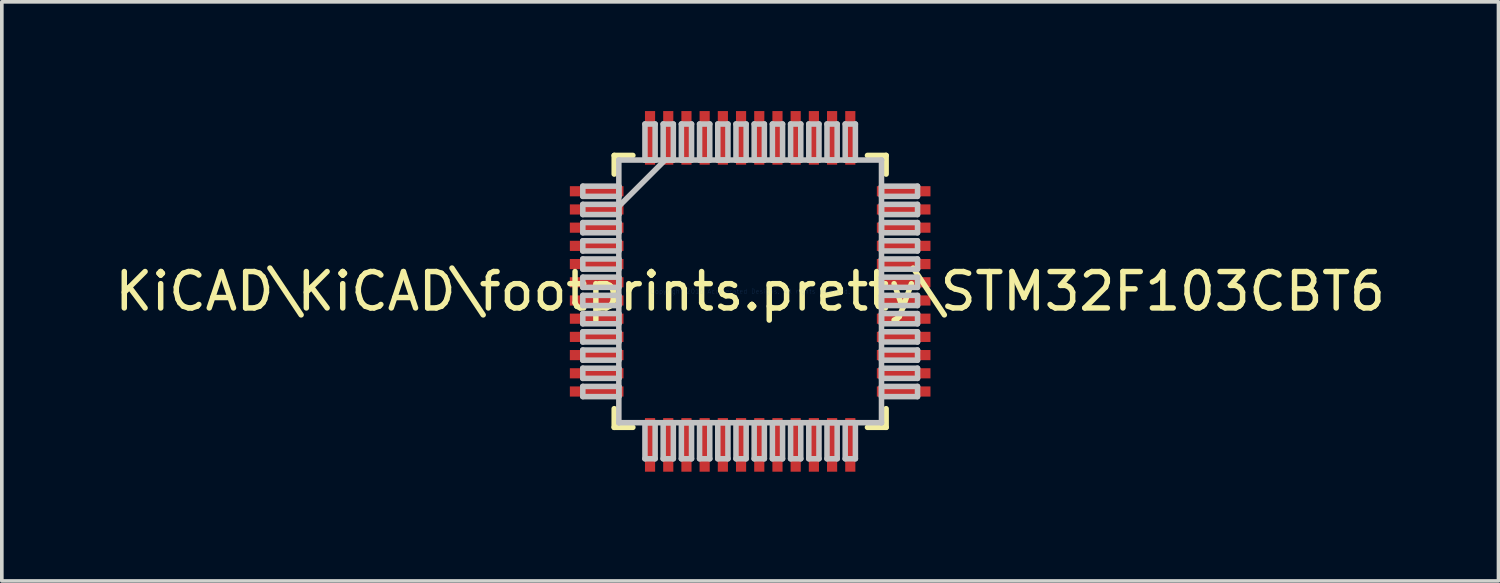
<source format=kicad_pcb>
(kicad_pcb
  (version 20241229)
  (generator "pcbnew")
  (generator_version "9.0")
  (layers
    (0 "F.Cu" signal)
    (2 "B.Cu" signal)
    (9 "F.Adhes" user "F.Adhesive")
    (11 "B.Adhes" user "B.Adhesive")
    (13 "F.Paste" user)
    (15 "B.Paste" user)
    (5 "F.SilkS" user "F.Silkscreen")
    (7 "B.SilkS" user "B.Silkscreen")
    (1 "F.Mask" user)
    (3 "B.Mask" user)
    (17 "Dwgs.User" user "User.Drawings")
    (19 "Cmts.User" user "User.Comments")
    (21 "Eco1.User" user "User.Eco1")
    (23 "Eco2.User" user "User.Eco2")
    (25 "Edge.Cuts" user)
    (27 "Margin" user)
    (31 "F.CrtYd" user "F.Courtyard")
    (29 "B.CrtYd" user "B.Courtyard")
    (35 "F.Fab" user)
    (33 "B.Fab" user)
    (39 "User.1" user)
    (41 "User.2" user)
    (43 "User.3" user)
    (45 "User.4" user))
  (footprint "KiCAD\\KiCAD\\footprints.pretty\\STM32F103CBT6"
    (layer "F.Cu")
    (at 17.554 4.953)
    (property "Reference" "KiCAD\\KiCAD\\footprints.pretty\\STM32F103CBT6" (at 0 0 0) (layer "F.SilkS") (effects (font (size 1 1) (thickness 0.15))))
    (attr through_hole)
    (fp_line (start -3.734 -3.734) (end -3.734 -3.222) (stroke (width 0.152) (type solid)) (layer "F.SilkS"))
    (fp_line (start -3.734 3.222) (end -3.734 3.734) (stroke (width 0.152) (type solid)) (layer "F.SilkS"))
    (fp_line (start -3.734 3.734) (end -3.222 3.734) (stroke (width 0.152) (type solid)) (layer "F.SilkS"))
    (fp_line (start -3.222 -3.734) (end -3.734 -3.734) (stroke (width 0.152) (type solid)) (layer "F.SilkS"))
    (fp_line (start 3.222 3.734) (end 3.734 3.734) (stroke (width 0.152) (type solid)) (layer "F.SilkS"))
    (fp_line (start 3.734 -3.734) (end 3.222 -3.734) (stroke (width 0.152) (type solid)) (layer "F.SilkS"))
    (fp_line (start 3.734 -3.222) (end 3.734 -3.734) (stroke (width 0.152) (type solid)) (layer "F.SilkS"))
    (fp_line (start 3.734 3.734) (end 3.734 3.222) (stroke (width 0.152) (type solid)) (layer "F.SilkS"))
    (fp_line (start -4.597 -2.89) (end -4.597 -2.61) (stroke (width 0.152) (type solid)) (layer "Dwgs.User"))
    (fp_line (start -4.597 -2.61) (end -3.607 -2.61) (stroke (width 0.152) (type solid)) (layer "Dwgs.User"))
    (fp_line (start -4.597 -2.39) (end -4.597 -2.11) (stroke (width 0.152) (type solid)) (layer "Dwgs.User"))
    (fp_line (start -4.597 -2.11) (end -3.607 -2.11) (stroke (width 0.152) (type solid)) (layer "Dwgs.User"))
    (fp_line (start -4.597 -1.89) (end -4.597 -1.61) (stroke (width 0.152) (type solid)) (layer "Dwgs.User"))
    (fp_line (start -4.597 -1.61) (end -3.607 -1.61) (stroke (width 0.152) (type solid)) (layer "Dwgs.User"))
    (fp_line (start -4.597 -1.39) (end -4.597 -1.11) (stroke (width 0.152) (type solid)) (layer "Dwgs.User"))
    (fp_line (start -4.597 -1.11) (end -3.607 -1.11) (stroke (width 0.152) (type solid)) (layer "Dwgs.User"))
    (fp_line (start -4.597 -0.89) (end -4.597 -0.61) (stroke (width 0.152) (type solid)) (layer "Dwgs.User"))
    (fp_line (start -4.597 -0.61) (end -3.607 -0.61) (stroke (width 0.152) (type solid)) (layer "Dwgs.User"))
    (fp_line (start -4.597 -0.39) (end -4.597 -0.11) (stroke (width 0.152) (type solid)) (layer "Dwgs.User"))
    (fp_line (start -4.597 -0.11) (end -3.607 -0.11) (stroke (width 0.152) (type solid)) (layer "Dwgs.User"))
    (fp_line (start -4.597 0.11) (end -4.597 0.39) (stroke (width 0.152) (type solid)) (layer "Dwgs.User"))
    (fp_line (start -4.597 0.39) (end -3.607 0.39) (stroke (width 0.152) (type solid)) (layer "Dwgs.User"))
    (fp_line (start -4.597 0.61) (end -4.597 0.89) (stroke (width 0.152) (type solid)) (layer "Dwgs.User"))
    (fp_line (start -4.597 0.89) (end -3.607 0.89) (stroke (width 0.152) (type solid)) (layer "Dwgs.User"))
    (fp_line (start -4.597 1.11) (end -4.597 1.39) (stroke (width 0.152) (type solid)) (layer "Dwgs.User"))
    (fp_line (start -4.597 1.39) (end -3.607 1.39) (stroke (width 0.152) (type solid)) (layer "Dwgs.User"))
    (fp_line (start -4.597 1.61) (end -4.597 1.89) (stroke (width 0.152) (type solid)) (layer "Dwgs.User"))
    (fp_line (start -4.597 1.89) (end -3.607 1.89) (stroke (width 0.152) (type solid)) (layer "Dwgs.User"))
    (fp_line (start -4.597 2.11) (end -4.597 2.39) (stroke (width 0.152) (type solid)) (layer "Dwgs.User"))
    (fp_line (start -4.597 2.39) (end -3.607 2.39) (stroke (width 0.152) (type solid)) (layer "Dwgs.User"))
    (fp_line (start -4.597 2.61) (end -4.597 2.89) (stroke (width 0.152) (type solid)) (layer "Dwgs.User"))
    (fp_line (start -4.597 2.89) (end -3.607 2.89) (stroke (width 0.152) (type solid)) (layer "Dwgs.User"))
    (fp_line (start -3.607 -3.607) (end -3.607 -3.607) (stroke (width 0.152) (type solid)) (layer "Dwgs.User"))
    (fp_line (start -3.607 -3.607) (end -3.607 3.607) (stroke (width 0.152) (type solid)) (layer "Dwgs.User"))
    (fp_line (start -3.607 -2.89) (end -4.597 -2.89) (stroke (width 0.152) (type solid)) (layer "Dwgs.User"))
    (fp_line (start -3.607 -2.61) (end -3.607 -2.89) (stroke (width 0.152) (type solid)) (layer "Dwgs.User"))
    (fp_line (start -3.607 -2.39) (end -4.597 -2.39) (stroke (width 0.152) (type solid)) (layer "Dwgs.User"))
    (fp_line (start -3.607 -2.337) (end -2.337 -3.607) (stroke (width 0.152) (type solid)) (layer "Dwgs.User"))
    (fp_line (start -3.607 -2.11) (end -3.607 -2.39) (stroke (width 0.152) (type solid)) (layer "Dwgs.User"))
    (fp_line (start -3.607 -1.89) (end -4.597 -1.89) (stroke (width 0.152) (type solid)) (layer "Dwgs.User"))
    (fp_line (start -3.607 -1.61) (end -3.607 -1.89) (stroke (width 0.152) (type solid)) (layer "Dwgs.User"))
    (fp_line (start -3.607 -1.39) (end -4.597 -1.39) (stroke (width 0.152) (type solid)) (layer "Dwgs.User"))
    (fp_line (start -3.607 -1.11) (end -3.607 -1.39) (stroke (width 0.152) (type solid)) (layer "Dwgs.User"))
    (fp_line (start -3.607 -0.89) (end -4.597 -0.89) (stroke (width 0.152) (type solid)) (layer "Dwgs.User"))
    (fp_line (start -3.607 -0.61) (end -3.607 -0.89) (stroke (width 0.152) (type solid)) (layer "Dwgs.User"))
    (fp_line (start -3.607 -0.39) (end -4.597 -0.39) (stroke (width 0.152) (type solid)) (layer "Dwgs.User"))
    (fp_line (start -3.607 -0.11) (end -3.607 -0.39) (stroke (width 0.152) (type solid)) (layer "Dwgs.User"))
    (fp_line (start -3.607 0.11) (end -4.597 0.11) (stroke (width 0.152) (type solid)) (layer "Dwgs.User"))
    (fp_line (start -3.607 0.39) (end -3.607 0.11) (stroke (width 0.152) (type solid)) (layer "Dwgs.User"))
    (fp_line (start -3.607 0.61) (end -4.597 0.61) (stroke (width 0.152) (type solid)) (layer "Dwgs.User"))
    (fp_line (start -3.607 0.89) (end -3.607 0.61) (stroke (width 0.152) (type solid)) (layer "Dwgs.User"))
    (fp_line (start -3.607 1.11) (end -4.597 1.11) (stroke (width 0.152) (type solid)) (layer "Dwgs.User"))
    (fp_line (start -3.607 1.39) (end -3.607 1.11) (stroke (width 0.152) (type solid)) (layer "Dwgs.User"))
    (fp_line (start -3.607 1.61) (end -4.597 1.61) (stroke (width 0.152) (type solid)) (layer "Dwgs.User"))
    (fp_line (start -3.607 1.89) (end -3.607 1.61) (stroke (width 0.152) (type solid)) (layer "Dwgs.User"))
    (fp_line (start -3.607 2.11) (end -4.597 2.11) (stroke (width 0.152) (type solid)) (layer "Dwgs.User"))
    (fp_line (start -3.607 2.39) (end -3.607 2.11) (stroke (width 0.152) (type solid)) (layer "Dwgs.User"))
    (fp_line (start -3.607 2.61) (end -4.597 2.61) (stroke (width 0.152) (type solid)) (layer "Dwgs.User"))
    (fp_line (start -3.607 2.89) (end -3.607 2.61) (stroke (width 0.152) (type solid)) (layer "Dwgs.User"))
    (fp_line (start -3.607 3.607) (end -3.607 3.607) (stroke (width 0.152) (type solid)) (layer "Dwgs.User"))
    (fp_line (start -3.607 3.607) (end 3.607 3.607) (stroke (width 0.152) (type solid)) (layer "Dwgs.User"))
    (fp_line (start -2.89 -4.597) (end -2.89 -3.607) (stroke (width 0.152) (type solid)) (layer "Dwgs.User"))
    (fp_line (start -2.89 -3.607) (end -2.61 -3.607) (stroke (width 0.152) (type solid)) (layer "Dwgs.User"))
    (fp_line (start -2.89 3.607) (end -2.89 4.597) (stroke (width 0.152) (type solid)) (layer "Dwgs.User"))
    (fp_line (start -2.89 4.597) (end -2.61 4.597) (stroke (width 0.152) (type solid)) (layer "Dwgs.User"))
    (fp_line (start -2.61 -4.597) (end -2.89 -4.597) (stroke (width 0.152) (type solid)) (layer "Dwgs.User"))
    (fp_line (start -2.61 -3.607) (end -2.61 -4.597) (stroke (width 0.152) (type solid)) (layer "Dwgs.User"))
    (fp_line (start -2.61 3.607) (end -2.89 3.607) (stroke (width 0.152) (type solid)) (layer "Dwgs.User"))
    (fp_line (start -2.61 4.597) (end -2.61 3.607) (stroke (width 0.152) (type solid)) (layer "Dwgs.User"))
    (fp_line (start -2.39 -4.597) (end -2.39 -3.607) (stroke (width 0.152) (type solid)) (layer "Dwgs.User"))
    (fp_line (start -2.39 -3.607) (end -2.11 -3.607) (stroke (width 0.152) (type solid)) (layer "Dwgs.User"))
    (fp_line (start -2.39 3.607) (end -2.39 4.597) (stroke (width 0.152) (type solid)) (layer "Dwgs.User"))
    (fp_line (start -2.39 4.597) (end -2.11 4.597) (stroke (width 0.152) (type solid)) (layer "Dwgs.User"))
    (fp_line (start -2.11 -4.597) (end -2.39 -4.597) (stroke (width 0.152) (type solid)) (layer "Dwgs.User"))
    (fp_line (start -2.11 -3.607) (end -2.11 -4.597) (stroke (width 0.152) (type solid)) (layer "Dwgs.User"))
    (fp_line (start -2.11 3.607) (end -2.39 3.607) (stroke (width 0.152) (type solid)) (layer "Dwgs.User"))
    (fp_line (start -2.11 4.597) (end -2.11 3.607) (stroke (width 0.152) (type solid)) (layer "Dwgs.User"))
    (fp_line (start -1.89 -4.597) (end -1.89 -3.607) (stroke (width 0.152) (type solid)) (layer "Dwgs.User"))
    (fp_line (start -1.89 -3.607) (end -1.61 -3.607) (stroke (width 0.152) (type solid)) (layer "Dwgs.User"))
    (fp_line (start -1.89 3.607) (end -1.89 4.597) (stroke (width 0.152) (type solid)) (layer "Dwgs.User"))
    (fp_line (start -1.89 4.597) (end -1.61 4.597) (stroke (width 0.152) (type solid)) (layer "Dwgs.User"))
    (fp_line (start -1.61 -4.597) (end -1.89 -4.597) (stroke (width 0.152) (type solid)) (layer "Dwgs.User"))
    (fp_line (start -1.61 -3.607) (end -1.61 -4.597) (stroke (width 0.152) (type solid)) (layer "Dwgs.User"))
    (fp_line (start -1.61 3.607) (end -1.89 3.607) (stroke (width 0.152) (type solid)) (layer "Dwgs.User"))
    (fp_line (start -1.61 4.597) (end -1.61 3.607) (stroke (width 0.152) (type solid)) (layer "Dwgs.User"))
    (fp_line (start -1.39 -4.597) (end -1.39 -3.607) (stroke (width 0.152) (type solid)) (layer "Dwgs.User"))
    (fp_line (start -1.39 -3.607) (end -1.11 -3.607) (stroke (width 0.152) (type solid)) (layer "Dwgs.User"))
    (fp_line (start -1.39 3.607) (end -1.39 4.597) (stroke (width 0.152) (type solid)) (layer "Dwgs.User"))
    (fp_line (start -1.39 4.597) (end -1.11 4.597) (stroke (width 0.152) (type solid)) (layer "Dwgs.User"))
    (fp_line (start -1.11 -4.597) (end -1.39 -4.597) (stroke (width 0.152) (type solid)) (layer "Dwgs.User"))
    (fp_line (start -1.11 -3.607) (end -1.11 -4.597) (stroke (width 0.152) (type solid)) (layer "Dwgs.User"))
    (fp_line (start -1.11 3.607) (end -1.39 3.607) (stroke (width 0.152) (type solid)) (layer "Dwgs.User"))
    (fp_line (start -1.11 4.597) (end -1.11 3.607) (stroke (width 0.152) (type solid)) (layer "Dwgs.User"))
    (fp_line (start -0.89 -4.597) (end -0.89 -3.607) (stroke (width 0.152) (type solid)) (layer "Dwgs.User"))
    (fp_line (start -0.89 -3.607) (end -0.61 -3.607) (stroke (width 0.152) (type solid)) (layer "Dwgs.User"))
    (fp_line (start -0.89 3.607) (end -0.89 4.597) (stroke (width 0.152) (type solid)) (layer "Dwgs.User"))
    (fp_line (start -0.89 4.597) (end -0.61 4.597) (stroke (width 0.152) (type solid)) (layer "Dwgs.User"))
    (fp_line (start -0.61 -4.597) (end -0.89 -4.597) (stroke (width 0.152) (type solid)) (layer "Dwgs.User"))
    (fp_line (start -0.61 -3.607) (end -0.61 -4.597) (stroke (width 0.152) (type solid)) (layer "Dwgs.User"))
    (fp_line (start -0.61 3.607) (end -0.89 3.607) (stroke (width 0.152) (type solid)) (layer "Dwgs.User"))
    (fp_line (start -0.61 4.597) (end -0.61 3.607) (stroke (width 0.152) (type solid)) (layer "Dwgs.User"))
    (fp_line (start -0.39 -4.597) (end -0.39 -3.607) (stroke (width 0.152) (type solid)) (layer "Dwgs.User"))
    (fp_line (start -0.39 -3.607) (end -0.11 -3.607) (stroke (width 0.152) (type solid)) (layer "Dwgs.User"))
    (fp_line (start -0.39 3.607) (end -0.39 4.597) (stroke (width 0.152) (type solid)) (layer "Dwgs.User"))
    (fp_line (start -0.39 4.597) (end -0.11 4.597) (stroke (width 0.152) (type solid)) (layer "Dwgs.User"))
    (fp_line (start -0.11 -4.597) (end -0.39 -4.597) (stroke (width 0.152) (type solid)) (layer "Dwgs.User"))
    (fp_line (start -0.11 -3.607) (end -0.11 -4.597) (stroke (width 0.152) (type solid)) (layer "Dwgs.User"))
    (fp_line (start -0.11 3.607) (end -0.39 3.607) (stroke (width 0.152) (type solid)) (layer "Dwgs.User"))
    (fp_line (start -0.11 4.597) (end -0.11 3.607) (stroke (width 0.152) (type solid)) (layer "Dwgs.User"))
    (fp_line (start 0.11 -4.597) (end 0.11 -3.607) (stroke (width 0.152) (type solid)) (layer "Dwgs.User"))
    (fp_line (start 0.11 -3.607) (end 0.39 -3.607) (stroke (width 0.152) (type solid)) (layer "Dwgs.User"))
    (fp_line (start 0.11 3.607) (end 0.11 4.597) (stroke (width 0.152) (type solid)) (layer "Dwgs.User"))
    (fp_line (start 0.11 4.597) (end 0.39 4.597) (stroke (width 0.152) (type solid)) (layer "Dwgs.User"))
    (fp_line (start 0.39 -4.597) (end 0.11 -4.597) (stroke (width 0.152) (type solid)) (layer "Dwgs.User"))
    (fp_line (start 0.39 -3.607) (end 0.39 -4.597) (stroke (width 0.152) (type solid)) (layer "Dwgs.User"))
    (fp_line (start 0.39 3.607) (end 0.11 3.607) (stroke (width 0.152) (type solid)) (layer "Dwgs.User"))
    (fp_line (start 0.39 4.597) (end 0.39 3.607) (stroke (width 0.152) (type solid)) (layer "Dwgs.User"))
    (fp_line (start 0.61 -4.597) (end 0.61 -3.607) (stroke (width 0.152) (type solid)) (layer "Dwgs.User"))
    (fp_line (start 0.61 -3.607) (end 0.89 -3.607) (stroke (width 0.152) (type solid)) (layer "Dwgs.User"))
    (fp_line (start 0.61 3.607) (end 0.61 4.597) (stroke (width 0.152) (type solid)) (layer "Dwgs.User"))
    (fp_line (start 0.61 4.597) (end 0.89 4.597) (stroke (width 0.152) (type solid)) (layer "Dwgs.User"))
    (fp_line (start 0.89 -4.597) (end 0.61 -4.597) (stroke (width 0.152) (type solid)) (layer "Dwgs.User"))
    (fp_line (start 0.89 -3.607) (end 0.89 -4.597) (stroke (width 0.152) (type solid)) (layer "Dwgs.User"))
    (fp_line (start 0.89 3.607) (end 0.61 3.607) (stroke (width 0.152) (type solid)) (layer "Dwgs.User"))
    (fp_line (start 0.89 4.597) (end 0.89 3.607) (stroke (width 0.152) (type solid)) (layer "Dwgs.User"))
    (fp_line (start 1.11 -4.597) (end 1.11 -3.607) (stroke (width 0.152) (type solid)) (layer "Dwgs.User"))
    (fp_line (start 1.11 -3.607) (end 1.39 -3.607) (stroke (width 0.152) (type solid)) (layer "Dwgs.User"))
    (fp_line (start 1.11 3.607) (end 1.11 4.597) (stroke (width 0.152) (type solid)) (layer "Dwgs.User"))
    (fp_line (start 1.11 4.597) (end 1.39 4.597) (stroke (width 0.152) (type solid)) (layer "Dwgs.User"))
    (fp_line (start 1.39 -4.597) (end 1.11 -4.597) (stroke (width 0.152) (type solid)) (layer "Dwgs.User"))
    (fp_line (start 1.39 -3.607) (end 1.39 -4.597) (stroke (width 0.152) (type solid)) (layer "Dwgs.User"))
    (fp_line (start 1.39 3.607) (end 1.11 3.607) (stroke (width 0.152) (type solid)) (layer "Dwgs.User"))
    (fp_line (start 1.39 4.597) (end 1.39 3.607) (stroke (width 0.152) (type solid)) (layer "Dwgs.User"))
    (fp_line (start 1.61 -4.597) (end 1.61 -3.607) (stroke (width 0.152) (type solid)) (layer "Dwgs.User"))
    (fp_line (start 1.61 -3.607) (end 1.89 -3.607) (stroke (width 0.152) (type solid)) (layer "Dwgs.User"))
    (fp_line (start 1.61 3.607) (end 1.61 4.597) (stroke (width 0.152) (type solid)) (layer "Dwgs.User"))
    (fp_line (start 1.61 4.597) (end 1.89 4.597) (stroke (width 0.152) (type solid)) (layer "Dwgs.User"))
    (fp_line (start 1.89 -4.597) (end 1.61 -4.597) (stroke (width 0.152) (type solid)) (layer "Dwgs.User"))
    (fp_line (start 1.89 -3.607) (end 1.89 -4.597) (stroke (width 0.152) (type solid)) (layer "Dwgs.User"))
    (fp_line (start 1.89 3.607) (end 1.61 3.607) (stroke (width 0.152) (type solid)) (layer "Dwgs.User"))
    (fp_line (start 1.89 4.597) (end 1.89 3.607) (stroke (width 0.152) (type solid)) (layer "Dwgs.User"))
    (fp_line (start 2.11 -4.597) (end 2.11 -3.607) (stroke (width 0.152) (type solid)) (layer "Dwgs.User"))
    (fp_line (start 2.11 -3.607) (end 2.39 -3.607) (stroke (width 0.152) (type solid)) (layer "Dwgs.User"))
    (fp_line (start 2.11 3.607) (end 2.11 4.597) (stroke (width 0.152) (type solid)) (layer "Dwgs.User"))
    (fp_line (start 2.11 4.597) (end 2.39 4.597) (stroke (width 0.152) (type solid)) (layer "Dwgs.User"))
    (fp_line (start 2.39 -4.597) (end 2.11 -4.597) (stroke (width 0.152) (type solid)) (layer "Dwgs.User"))
    (fp_line (start 2.39 -3.607) (end 2.39 -4.597) (stroke (width 0.152) (type solid)) (layer "Dwgs.User"))
    (fp_line (start 2.39 3.607) (end 2.11 3.607) (stroke (width 0.152) (type solid)) (layer "Dwgs.User"))
    (fp_line (start 2.39 4.597) (end 2.39 3.607) (stroke (width 0.152) (type solid)) (layer "Dwgs.User"))
    (fp_line (start 2.61 -4.597) (end 2.61 -3.607) (stroke (width 0.152) (type solid)) (layer "Dwgs.User"))
    (fp_line (start 2.61 -3.607) (end 2.89 -3.607) (stroke (width 0.152) (type solid)) (layer "Dwgs.User"))
    (fp_line (start 2.61 3.607) (end 2.61 4.597) (stroke (width 0.152) (type solid)) (layer "Dwgs.User"))
    (fp_line (start 2.61 4.597) (end 2.89 4.597) (stroke (width 0.152) (type solid)) (layer "Dwgs.User"))
    (fp_line (start 2.89 -4.597) (end 2.61 -4.597) (stroke (width 0.152) (type solid)) (layer "Dwgs.User"))
    (fp_line (start 2.89 -3.607) (end 2.89 -4.597) (stroke (width 0.152) (type solid)) (layer "Dwgs.User"))
    (fp_line (start 2.89 3.607) (end 2.61 3.607) (stroke (width 0.152) (type solid)) (layer "Dwgs.User"))
    (fp_line (start 2.89 4.597) (end 2.89 3.607) (stroke (width 0.152) (type solid)) (layer "Dwgs.User"))
    (fp_line (start 3.607 -3.607) (end -3.607 -3.607) (stroke (width 0.152) (type solid)) (layer "Dwgs.User"))
    (fp_line (start 3.607 -3.607) (end 3.607 -3.607) (stroke (width 0.152) (type solid)) (layer "Dwgs.User"))
    (fp_line (start 3.607 -2.89) (end 3.607 -2.61) (stroke (width 0.152) (type solid)) (layer "Dwgs.User"))
    (fp_line (start 3.607 -2.61) (end 4.597 -2.61) (stroke (width 0.152) (type solid)) (layer "Dwgs.User"))
    (fp_line (start 3.607 -2.39) (end 3.607 -2.11) (stroke (width 0.152) (type solid)) (layer "Dwgs.User"))
    (fp_line (start 3.607 -2.11) (end 4.597 -2.11) (stroke (width 0.152) (type solid)) (layer "Dwgs.User"))
    (fp_line (start 3.607 -1.89) (end 3.607 -1.61) (stroke (width 0.152) (type solid)) (layer "Dwgs.User"))
    (fp_line (start 3.607 -1.61) (end 4.597 -1.61) (stroke (width 0.152) (type solid)) (layer "Dwgs.User"))
    (fp_line (start 3.607 -1.39) (end 3.607 -1.11) (stroke (width 0.152) (type solid)) (layer "Dwgs.User"))
    (fp_line (start 3.607 -1.11) (end 4.597 -1.11) (stroke (width 0.152) (type solid)) (layer "Dwgs.User"))
    (fp_line (start 3.607 -0.89) (end 3.607 -0.61) (stroke (width 0.152) (type solid)) (layer "Dwgs.User"))
    (fp_line (start 3.607 -0.61) (end 4.597 -0.61) (stroke (width 0.152) (type solid)) (layer "Dwgs.User"))
    (fp_line (start 3.607 -0.39) (end 3.607 -0.11) (stroke (width 0.152) (type solid)) (layer "Dwgs.User"))
    (fp_line (start 3.607 -0.11) (end 4.597 -0.11) (stroke (width 0.152) (type solid)) (layer "Dwgs.User"))
    (fp_line (start 3.607 0.11) (end 3.607 0.39) (stroke (width 0.152) (type solid)) (layer "Dwgs.User"))
    (fp_line (start 3.607 0.39) (end 4.597 0.39) (stroke (width 0.152) (type solid)) (layer "Dwgs.User"))
    (fp_line (start 3.607 0.61) (end 3.607 0.89) (stroke (width 0.152) (type solid)) (layer "Dwgs.User"))
    (fp_line (start 3.607 0.89) (end 4.597 0.89) (stroke (width 0.152) (type solid)) (layer "Dwgs.User"))
    (fp_line (start 3.607 1.11) (end 3.607 1.39) (stroke (width 0.152) (type solid)) (layer "Dwgs.User"))
    (fp_line (start 3.607 1.39) (end 4.597 1.39) (stroke (width 0.152) (type solid)) (layer "Dwgs.User"))
    (fp_line (start 3.607 1.61) (end 3.607 1.89) (stroke (width 0.152) (type solid)) (layer "Dwgs.User"))
    (fp_line (start 3.607 1.89) (end 4.597 1.89) (stroke (width 0.152) (type solid)) (layer "Dwgs.User"))
    (fp_line (start 3.607 2.11) (end 3.607 2.39) (stroke (width 0.152) (type solid)) (layer "Dwgs.User"))
    (fp_line (start 3.607 2.39) (end 4.597 2.39) (stroke (width 0.152) (type solid)) (layer "Dwgs.User"))
    (fp_line (start 3.607 2.61) (end 3.607 2.89) (stroke (width 0.152) (type solid)) (layer "Dwgs.User"))
    (fp_line (start 3.607 2.89) (end 4.597 2.89) (stroke (width 0.152) (type solid)) (layer "Dwgs.User"))
    (fp_line (start 3.607 3.607) (end 3.607 -3.607) (stroke (width 0.152) (type solid)) (layer "Dwgs.User"))
    (fp_line (start 3.607 3.607) (end 3.607 3.607) (stroke (width 0.152) (type solid)) (layer "Dwgs.User"))
    (fp_line (start 4.597 -2.89) (end 3.607 -2.89) (stroke (width 0.152) (type solid)) (layer "Dwgs.User"))
    (fp_line (start 4.597 -2.61) (end 4.597 -2.89) (stroke (width 0.152) (type solid)) (layer "Dwgs.User"))
    (fp_line (start 4.597 -2.39) (end 3.607 -2.39) (stroke (width 0.152) (type solid)) (layer "Dwgs.User"))
    (fp_line (start 4.597 -2.11) (end 4.597 -2.39) (stroke (width 0.152) (type solid)) (layer "Dwgs.User"))
    (fp_line (start 4.597 -1.89) (end 3.607 -1.89) (stroke (width 0.152) (type solid)) (layer "Dwgs.User"))
    (fp_line (start 4.597 -1.61) (end 4.597 -1.89) (stroke (width 0.152) (type solid)) (layer "Dwgs.User"))
    (fp_line (start 4.597 -1.39) (end 3.607 -1.39) (stroke (width 0.152) (type solid)) (layer "Dwgs.User"))
    (fp_line (start 4.597 -1.11) (end 4.597 -1.39) (stroke (width 0.152) (type solid)) (layer "Dwgs.User"))
    (fp_line (start 4.597 -0.89) (end 3.607 -0.89) (stroke (width 0.152) (type solid)) (layer "Dwgs.User"))
    (fp_line (start 4.597 -0.61) (end 4.597 -0.89) (stroke (width 0.152) (type solid)) (layer "Dwgs.User"))
    (fp_line (start 4.597 -0.39) (end 3.607 -0.39) (stroke (width 0.152) (type solid)) (layer "Dwgs.User"))
    (fp_line (start 4.597 -0.11) (end 4.597 -0.39) (stroke (width 0.152) (type solid)) (layer "Dwgs.User"))
    (fp_line (start 4.597 0.11) (end 3.607 0.11) (stroke (width 0.152) (type solid)) (layer "Dwgs.User"))
    (fp_line (start 4.597 0.39) (end 4.597 0.11) (stroke (width 0.152) (type solid)) (layer "Dwgs.User"))
    (fp_line (start 4.597 0.61) (end 3.607 0.61) (stroke (width 0.152) (type solid)) (layer "Dwgs.User"))
    (fp_line (start 4.597 0.89) (end 4.597 0.61) (stroke (width 0.152) (type solid)) (layer "Dwgs.User"))
    (fp_line (start 4.597 1.11) (end 3.607 1.11) (stroke (width 0.152) (type solid)) (layer "Dwgs.User"))
    (fp_line (start 4.597 1.39) (end 4.597 1.11) (stroke (width 0.152) (type solid)) (layer "Dwgs.User"))
    (fp_line (start 4.597 1.61) (end 3.607 1.61) (stroke (width 0.152) (type solid)) (layer "Dwgs.User"))
    (fp_line (start 4.597 1.89) (end 4.597 1.61) (stroke (width 0.152) (type solid)) (layer "Dwgs.User"))
    (fp_line (start 4.597 2.11) (end 3.607 2.11) (stroke (width 0.152) (type solid)) (layer "Dwgs.User"))
    (fp_line (start 4.597 2.39) (end 4.597 2.11) (stroke (width 0.152) (type solid)) (layer "Dwgs.User"))
    (fp_line (start 4.597 2.61) (end 3.607 2.61) (stroke (width 0.152) (type solid)) (layer "Dwgs.User"))
    (fp_line (start 4.597 2.89) (end 4.597 2.61) (stroke (width 0.152) (type solid)) (layer "Dwgs.User"))
    (fp_text user "Copyright 2016 Accelerated Designs. All rights reserved." (at 0 0 0) (layer "Cmts.User") (effects (font (size 0.127 0.127) (thickness 0.002))))
    (pad "" smd rect (at -4.216 -2.75 90) (size 0.279 1.473) (layers "F.Mask"))
    (pad "" smd rect (at -4.216 -2.75 90) (size 0.279 1.473) (layers "F.Paste"))
    (pad "" smd rect (at -4.216 -2.25 90) (size 0.279 1.473) (layers "F.Mask"))
    (pad "" smd rect (at -4.216 -2.25 90) (size 0.279 1.473) (layers "F.Paste"))
    (pad "" smd rect (at -4.216 -1.75 90) (size 0.279 1.473) (layers "F.Mask"))
    (pad "" smd rect (at -4.216 -1.75 90) (size 0.279 1.473) (layers "F.Paste"))
    (pad "" smd rect (at -4.216 -1.25 90) (size 0.279 1.473) (layers "F.Mask"))
    (pad "" smd rect (at -4.216 -1.25 90) (size 0.279 1.473) (layers "F.Paste"))
    (pad "" smd rect (at -4.216 -0.75 90) (size 0.279 1.473) (layers "F.Mask"))
    (pad "" smd rect (at -4.216 -0.75 90) (size 0.279 1.473) (layers "F.Paste"))
    (pad "" smd rect (at -4.216 -0.25 90) (size 0.279 1.473) (layers "F.Mask"))
    (pad "" smd rect (at -4.216 -0.25 90) (size 0.279 1.473) (layers "F.Paste"))
    (pad "" smd rect (at -4.216 0.25 90) (size 0.279 1.473) (layers "F.Mask"))
    (pad "" smd rect (at -4.216 0.25 90) (size 0.279 1.473) (layers "F.Paste"))
    (pad "" smd rect (at -4.216 0.75 90) (size 0.279 1.473) (layers "F.Mask"))
    (pad "" smd rect (at -4.216 0.75 90) (size 0.279 1.473) (layers "F.Paste"))
    (pad "" smd rect (at -4.216 1.25 90) (size 0.279 1.473) (layers "F.Mask"))
    (pad "" smd rect (at -4.216 1.25 90) (size 0.279 1.473) (layers "F.Paste"))
    (pad "" smd rect (at -4.216 1.75 90) (size 0.279 1.473) (layers "F.Mask"))
    (pad "" smd rect (at -4.216 1.75 90) (size 0.279 1.473) (layers "F.Paste"))
    (pad "" smd rect (at -4.216 2.25 90) (size 0.279 1.473) (layers "F.Mask"))
    (pad "" smd rect (at -4.216 2.25 90) (size 0.279 1.473) (layers "F.Paste"))
    (pad "" smd rect (at -4.216 2.75 90) (size 0.279 1.473) (layers "F.Mask"))
    (pad "" smd rect (at -4.216 2.75 90) (size 0.279 1.473) (layers "F.Paste"))
    (pad "" smd rect (at -2.75 -4.216) (size 0.279 1.473) (layers "F.Mask"))
    (pad "" smd rect (at -2.75 -4.216) (size 0.279 1.473) (layers "F.Paste"))
    (pad "" smd rect (at -2.75 4.216) (size 0.279 1.473) (layers "F.Mask"))
    (pad "" smd rect (at -2.75 4.216) (size 0.279 1.473) (layers "F.Paste"))
    (pad "" smd rect (at -2.25 -4.216) (size 0.279 1.473) (layers "F.Mask"))
    (pad "" smd rect (at -2.25 -4.216) (size 0.279 1.473) (layers "F.Paste"))
    (pad "" smd rect (at -2.25 4.216) (size 0.279 1.473) (layers "F.Mask"))
    (pad "" smd rect (at -2.25 4.216) (size 0.279 1.473) (layers "F.Paste"))
    (pad "" smd rect (at -1.75 -4.216) (size 0.279 1.473) (layers "F.Mask"))
    (pad "" smd rect (at -1.75 -4.216) (size 0.279 1.473) (layers "F.Paste"))
    (pad "" smd rect (at -1.75 4.216) (size 0.279 1.473) (layers "F.Mask"))
    (pad "" smd rect (at -1.75 4.216) (size 0.279 1.473) (layers "F.Paste"))
    (pad "" smd rect (at -1.25 -4.216) (size 0.279 1.473) (layers "F.Mask"))
    (pad "" smd rect (at -1.25 -4.216) (size 0.279 1.473) (layers "F.Paste"))
    (pad "" smd rect (at -1.25 4.216) (size 0.279 1.473) (layers "F.Mask"))
    (pad "" smd rect (at -1.25 4.216) (size 0.279 1.473) (layers "F.Paste"))
    (pad "" smd rect (at -0.75 -4.216) (size 0.279 1.473) (layers "F.Mask"))
    (pad "" smd rect (at -0.75 -4.216) (size 0.279 1.473) (layers "F.Paste"))
    (pad "" smd rect (at -0.75 4.216) (size 0.279 1.473) (layers "F.Mask"))
    (pad "" smd rect (at -0.75 4.216) (size 0.279 1.473) (layers "F.Paste"))
    (pad "" smd rect (at -0.25 -4.216) (size 0.279 1.473) (layers "F.Mask"))
    (pad "" smd rect (at -0.25 -4.216) (size 0.279 1.473) (layers "F.Paste"))
    (pad "" smd rect (at -0.25 4.216) (size 0.279 1.473) (layers "F.Mask"))
    (pad "" smd rect (at -0.25 4.216) (size 0.279 1.473) (layers "F.Paste"))
    (pad "" smd rect (at 0.25 -4.216) (size 0.279 1.473) (layers "F.Mask"))
    (pad "" smd rect (at 0.25 -4.216) (size 0.279 1.473) (layers "F.Paste"))
    (pad "" smd rect (at 0.25 4.216) (size 0.279 1.473) (layers "F.Mask"))
    (pad "" smd rect (at 0.25 4.216) (size 0.279 1.473) (layers "F.Paste"))
    (pad "" smd rect (at 0.75 -4.216) (size 0.279 1.473) (layers "F.Mask"))
    (pad "" smd rect (at 0.75 -4.216) (size 0.279 1.473) (layers "F.Paste"))
    (pad "" smd rect (at 0.75 4.216) (size 0.279 1.473) (layers "F.Mask"))
    (pad "" smd rect (at 0.75 4.216) (size 0.279 1.473) (layers "F.Paste"))
    (pad "" smd rect (at 1.25 -4.216) (size 0.279 1.473) (layers "F.Mask"))
    (pad "" smd rect (at 1.25 -4.216) (size 0.279 1.473) (layers "F.Paste"))
    (pad "" smd rect (at 1.25 4.216) (size 0.279 1.473) (layers "F.Mask"))
    (pad "" smd rect (at 1.25 4.216) (size 0.279 1.473) (layers "F.Paste"))
    (pad "" smd rect (at 1.75 -4.216) (size 0.279 1.473) (layers "F.Mask"))
    (pad "" smd rect (at 1.75 -4.216) (size 0.279 1.473) (layers "F.Paste"))
    (pad "" smd rect (at 1.75 4.216) (size 0.279 1.473) (layers "F.Mask"))
    (pad "" smd rect (at 1.75 4.216) (size 0.279 1.473) (layers "F.Paste"))
    (pad "" smd rect (at 2.25 -4.216) (size 0.279 1.473) (layers "F.Mask"))
    (pad "" smd rect (at 2.25 -4.216) (size 0.279 1.473) (layers "F.Paste"))
    (pad "" smd rect (at 2.25 4.216) (size 0.279 1.473) (layers "F.Mask"))
    (pad "" smd rect (at 2.25 4.216) (size 0.279 1.473) (layers "F.Paste"))
    (pad "" smd rect (at 2.75 -4.216) (size 0.279 1.473) (layers "F.Mask"))
    (pad "" smd rect (at 2.75 -4.216) (size 0.279 1.473) (layers "F.Paste"))
    (pad "" smd rect (at 2.75 4.216) (size 0.279 1.473) (layers "F.Mask"))
    (pad "" smd rect (at 2.75 4.216) (size 0.279 1.473) (layers "F.Paste"))
    (pad "" smd rect (at 4.216 -2.75 90) (size 0.279 1.473) (layers "F.Mask"))
    (pad "" smd rect (at 4.216 -2.75 90) (size 0.279 1.473) (layers "F.Paste"))
    (pad "" smd rect (at 4.216 -2.25 90) (size 0.279 1.473) (layers "F.Mask"))
    (pad "" smd rect (at 4.216 -2.25 90) (size 0.279 1.473) (layers "F.Paste"))
    (pad "" smd rect (at 4.216 -1.75 90) (size 0.279 1.473) (layers "F.Mask"))
    (pad "" smd rect (at 4.216 -1.75 90) (size 0.279 1.473) (layers "F.Paste"))
    (pad "" smd rect (at 4.216 -1.25 90) (size 0.279 1.473) (layers "F.Mask"))
    (pad "" smd rect (at 4.216 -1.25 90) (size 0.279 1.473) (layers "F.Paste"))
    (pad "" smd rect (at 4.216 -0.75 90) (size 0.279 1.473) (layers "F.Mask"))
    (pad "" smd rect (at 4.216 -0.75 90) (size 0.279 1.473) (layers "F.Paste"))
    (pad "" smd rect (at 4.216 -0.25 90) (size 0.279 1.473) (layers "F.Mask"))
    (pad "" smd rect (at 4.216 -0.25 90) (size 0.279 1.473) (layers "F.Paste"))
    (pad "" smd rect (at 4.216 0.25 90) (size 0.279 1.473) (layers "F.Mask"))
    (pad "" smd rect (at 4.216 0.25 90) (size 0.279 1.473) (layers "F.Paste"))
    (pad "" smd rect (at 4.216 0.75 90) (size 0.279 1.473) (layers "F.Mask"))
    (pad "" smd rect (at 4.216 0.75 90) (size 0.279 1.473) (layers "F.Paste"))
    (pad "" smd rect (at 4.216 1.25 90) (size 0.279 1.473) (layers "F.Mask"))
    (pad "" smd rect (at 4.216 1.25 90) (size 0.279 1.473) (layers "F.Paste"))
    (pad "" smd rect (at 4.216 1.75 90) (size 0.279 1.473) (layers "F.Mask"))
    (pad "" smd rect (at 4.216 1.75 90) (size 0.279 1.473) (layers "F.Paste"))
    (pad "" smd rect (at 4.216 2.25 90) (size 0.279 1.473) (layers "F.Mask"))
    (pad "" smd rect (at 4.216 2.25 90) (size 0.279 1.473) (layers "F.Paste"))
    (pad "" smd rect (at 4.216 2.75 90) (size 0.279 1.473) (layers "F.Mask"))
    (pad "" smd rect (at 4.216 2.75 90) (size 0.279 1.473) (layers "F.Paste"))
    (pad "1" smd rect (at -4.216 -2.75 90) (size 0.279 1.473) (layers "F.Cu"))
    (pad "2" smd rect (at -4.216 -2.25 90) (size 0.279 1.473) (layers "F.Cu"))
    (pad "3" smd rect (at -4.216 -1.75 90) (size 0.279 1.473) (layers "F.Cu"))
    (pad "4" smd rect (at -4.216 -1.25 90) (size 0.279 1.473) (layers "F.Cu"))
    (pad "5" smd rect (at -4.216 -0.75 90) (size 0.279 1.473) (layers "F.Cu"))
    (pad "6" smd rect (at -4.216 -0.25 90) (size 0.279 1.473) (layers "F.Cu"))
    (pad "7" smd rect (at -4.216 0.25 90) (size 0.279 1.473) (layers "F.Cu"))
    (pad "8" smd rect (at -4.216 0.75 90) (size 0.279 1.473) (layers "F.Cu"))
    (pad "9" smd rect (at -4.216 1.25 90) (size 0.279 1.473) (layers "F.Cu"))
    (pad "10" smd rect (at -4.216 1.75 90) (size 0.279 1.473) (layers "F.Cu"))
    (pad "11" smd rect (at -4.216 2.25 90) (size 0.279 1.473) (layers "F.Cu"))
    (pad "12" smd rect (at -4.216 2.75 90) (size 0.279 1.473) (layers "F.Cu"))
    (pad "13" smd rect (at -2.75 4.216) (size 0.279 1.473) (layers "F.Cu"))
    (pad "14" smd rect (at -2.25 4.216) (size 0.279 1.473) (layers "F.Cu"))
    (pad "15" smd rect (at -1.75 4.216) (size 0.279 1.473) (layers "F.Cu"))
    (pad "16" smd rect (at -1.25 4.216) (size 0.279 1.473) (layers "F.Cu"))
    (pad "17" smd rect (at -0.75 4.216) (size 0.279 1.473) (layers "F.Cu"))
    (pad "18" smd rect (at -0.25 4.216) (size 0.279 1.473) (layers "F.Cu"))
    (pad "19" smd rect (at 0.25 4.216) (size 0.279 1.473) (layers "F.Cu"))
    (pad "20" smd rect (at 0.75 4.216) (size 0.279 1.473) (layers "F.Cu"))
    (pad "21" smd rect (at 1.25 4.216) (size 0.279 1.473) (layers "F.Cu"))
    (pad "22" smd rect (at 1.75 4.216) (size 0.279 1.473) (layers "F.Cu"))
    (pad "23" smd rect (at 2.25 4.216) (size 0.279 1.473) (layers "F.Cu"))
    (pad "24" smd rect (at 2.75 4.216) (size 0.279 1.473) (layers "F.Cu"))
    (pad "25" smd rect (at 4.216 2.75 90) (size 0.279 1.473) (layers "F.Cu"))
    (pad "26" smd rect (at 4.216 2.25 90) (size 0.279 1.473) (layers "F.Cu"))
    (pad "27" smd rect (at 4.216 1.75 90) (size 0.279 1.473) (layers "F.Cu"))
    (pad "28" smd rect (at 4.216 1.25 90) (size 0.279 1.473) (layers "F.Cu"))
    (pad "29" smd rect (at 4.216 0.75 90) (size 0.279 1.473) (layers "F.Cu"))
    (pad "30" smd rect (at 4.216 0.25 90) (size 0.279 1.473) (layers "F.Cu"))
    (pad "31" smd rect (at 4.216 -0.25 90) (size 0.279 1.473) (layers "F.Cu"))
    (pad "32" smd rect (at 4.216 -0.75 90) (size 0.279 1.473) (layers "F.Cu"))
    (pad "33" smd rect (at 4.216 -1.25 90) (size 0.279 1.473) (layers "F.Cu"))
    (pad "34" smd rect (at 4.216 -1.75 90) (size 0.279 1.473) (layers "F.Cu"))
    (pad "35" smd rect (at 4.216 -2.25 90) (size 0.279 1.473) (layers "F.Cu"))
    (pad "36" smd rect (at 4.216 -2.75 90) (size 0.279 1.473) (layers "F.Cu"))
    (pad "37" smd rect (at 2.75 -4.216) (size 0.279 1.473) (layers "F.Cu"))
    (pad "38" smd rect (at 2.25 -4.216) (size 0.279 1.473) (layers "F.Cu"))
    (pad "39" smd rect (at 1.75 -4.216) (size 0.279 1.473) (layers "F.Cu"))
    (pad "40" smd rect (at 1.25 -4.216) (size 0.279 1.473) (layers "F.Cu"))
    (pad "41" smd rect (at 0.75 -4.216) (size 0.279 1.473) (layers "F.Cu"))
    (pad "42" smd rect (at 0.25 -4.216) (size 0.279 1.473) (layers "F.Cu"))
    (pad "43" smd rect (at -0.25 -4.216) (size 0.279 1.473) (layers "F.Cu"))
    (pad "44" smd rect (at -0.75 -4.216) (size 0.279 1.473) (layers "F.Cu"))
    (pad "45" smd rect (at -1.25 -4.216) (size 0.279 1.473) (layers "F.Cu"))
    (pad "46" smd rect (at -1.75 -4.216) (size 0.279 1.473) (layers "F.Cu"))
    (pad "47" smd rect (at -2.25 -4.216) (size 0.279 1.473) (layers "F.Cu"))
    (pad "48" smd rect (at -2.75 -4.216) (size 0.279 1.473) (layers "F.Cu")))
  (gr_rect
    (start -3 -3)
    (end 38.107 12.906)
    (stroke (width 0.1) (type default))
    (fill no)
    (layer "Edge.Cuts")))
</source>
